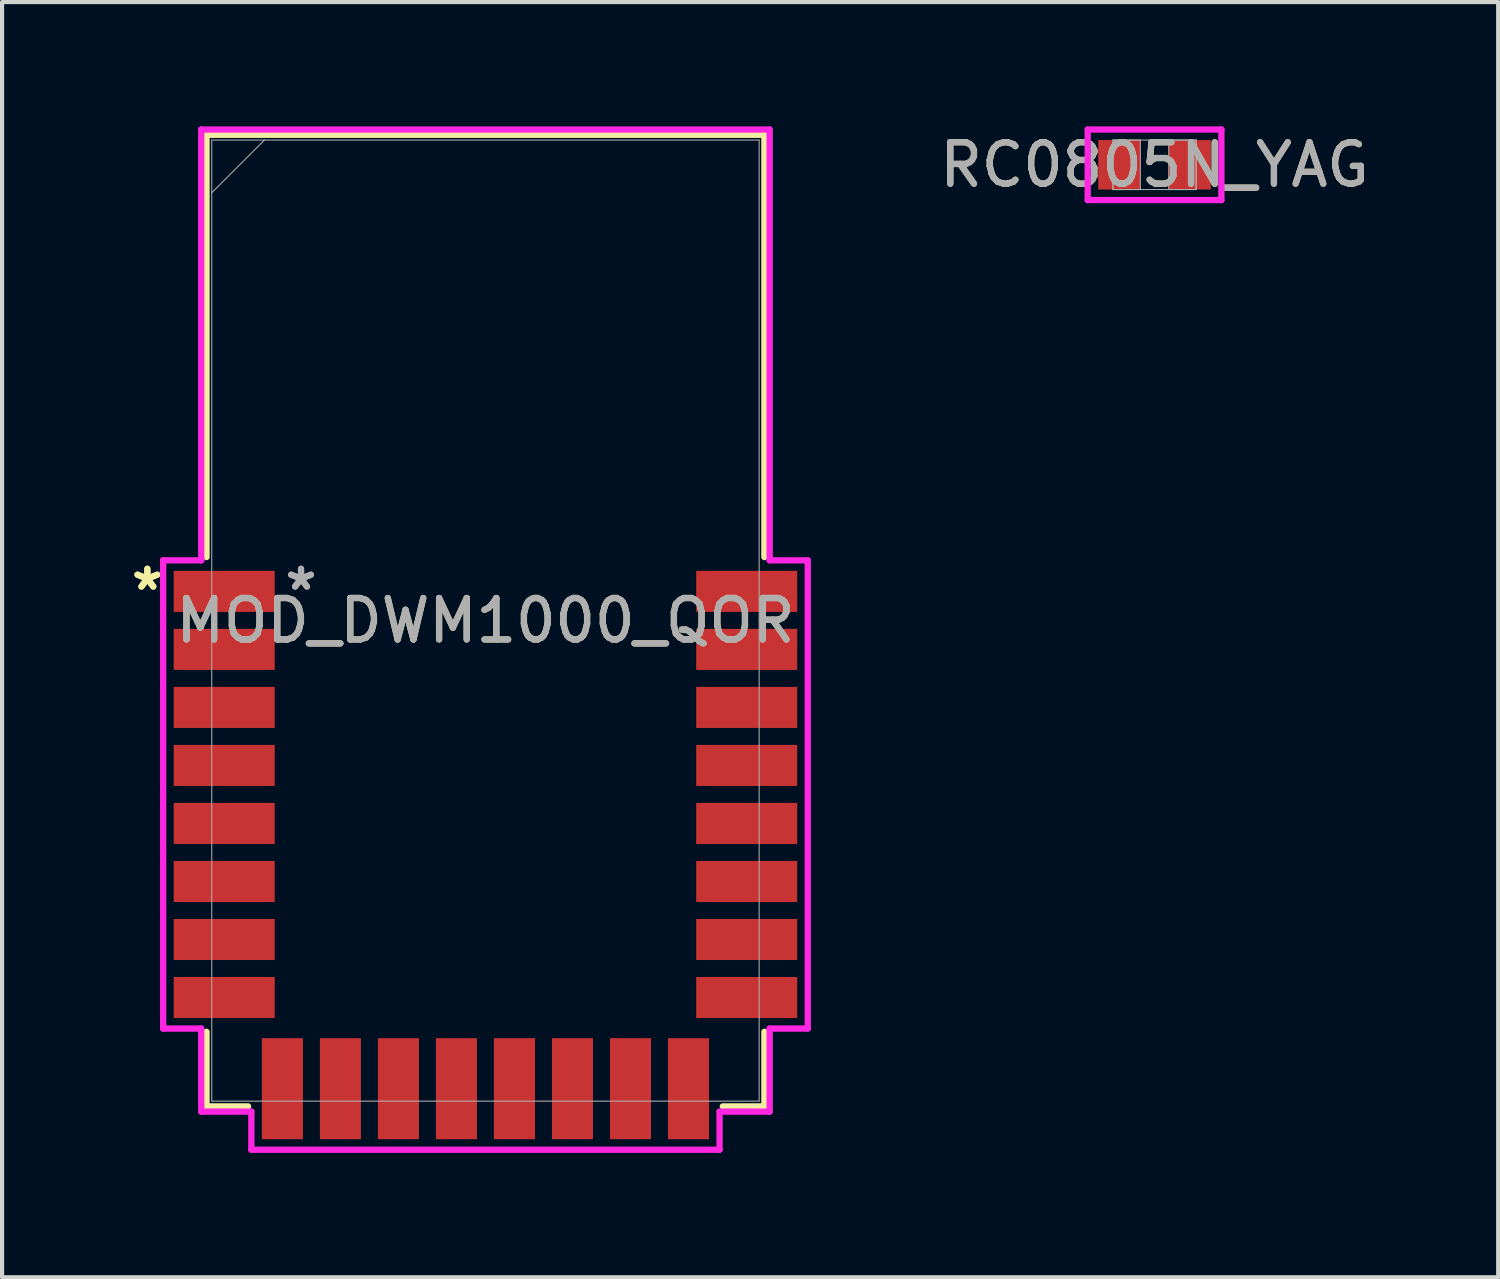
<source format=kicad_pcb>
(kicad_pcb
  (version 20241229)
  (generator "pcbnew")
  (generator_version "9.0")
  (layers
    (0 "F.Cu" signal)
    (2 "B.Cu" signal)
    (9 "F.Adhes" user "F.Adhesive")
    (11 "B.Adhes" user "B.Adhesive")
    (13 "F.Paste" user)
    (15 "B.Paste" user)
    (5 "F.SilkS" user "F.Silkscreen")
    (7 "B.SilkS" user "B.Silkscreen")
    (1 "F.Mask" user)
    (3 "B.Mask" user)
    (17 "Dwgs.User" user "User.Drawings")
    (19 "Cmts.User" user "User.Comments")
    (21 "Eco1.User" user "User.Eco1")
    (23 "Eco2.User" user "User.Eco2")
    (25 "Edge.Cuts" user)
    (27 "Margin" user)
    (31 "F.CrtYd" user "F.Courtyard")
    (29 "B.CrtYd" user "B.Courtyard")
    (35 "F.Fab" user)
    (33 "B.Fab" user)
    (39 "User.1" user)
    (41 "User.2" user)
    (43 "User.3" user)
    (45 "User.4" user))
  (footprint "MOD_DWM1000_QOR"
    (layer "F.Cu")
    (at 8.664 11.925)
    (property "Reference" "MOD_DWM1000_QOR" (at 0 0 0) (unlocked yes) (layer "F.SilkS") (effects (font (size 1 1) (thickness 0.15))))
    (attr smd)
    (fp_line (start -6.731 -11.722) (end 6.731 -11.722) (stroke (width 0.152) (type solid)) (layer "F.SilkS"))
    (fp_line (start -6.731 -1.533) (end -6.731 -11.722) (stroke (width 0.152) (type solid)) (layer "F.SilkS"))
    (fp_line (start -6.731 11.722) (end -6.731 9.923) (stroke (width 0.152) (type solid)) (layer "F.SilkS"))
    (fp_line (start -5.728 11.722) (end -6.731 11.722) (stroke (width 0.152) (type solid)) (layer "F.SilkS"))
    (fp_line (start 6.731 -11.722) (end 6.731 -1.533) (stroke (width 0.152) (type solid)) (layer "F.SilkS"))
    (fp_line (start 6.731 9.923) (end 6.731 11.722) (stroke (width 0.152) (type solid)) (layer "F.SilkS"))
    (fp_line (start 6.731 11.722) (end 5.728 11.722) (stroke (width 0.152) (type solid)) (layer "F.SilkS"))
    (fp_line (start -7.777 -1.454) (end -7.777 9.844) (stroke (width 0.152) (type solid)) (layer "F.CrtYd"))
    (fp_line (start -7.777 9.844) (end -6.858 9.844) (stroke (width 0.152) (type solid)) (layer "F.CrtYd"))
    (fp_line (start -6.858 -11.849) (end -6.858 -1.454) (stroke (width 0.152) (type solid)) (layer "F.CrtYd"))
    (fp_line (start -6.858 -1.454) (end -7.777 -1.454) (stroke (width 0.152) (type solid)) (layer "F.CrtYd"))
    (fp_line (start -6.858 9.844) (end -6.858 11.849) (stroke (width 0.152) (type solid)) (layer "F.CrtYd"))
    (fp_line (start -6.858 11.849) (end -5.649 11.849) (stroke (width 0.152) (type solid)) (layer "F.CrtYd"))
    (fp_line (start -5.649 11.849) (end -5.649 12.768) (stroke (width 0.152) (type solid)) (layer "F.CrtYd"))
    (fp_line (start -5.649 12.768) (end 5.649 12.768) (stroke (width 0.152) (type solid)) (layer "F.CrtYd"))
    (fp_line (start 5.649 11.849) (end 6.858 11.849) (stroke (width 0.152) (type solid)) (layer "F.CrtYd"))
    (fp_line (start 5.649 12.768) (end 5.649 11.849) (stroke (width 0.152) (type solid)) (layer "F.CrtYd"))
    (fp_line (start 6.858 -11.849) (end -6.858 -11.849) (stroke (width 0.152) (type solid)) (layer "F.CrtYd"))
    (fp_line (start 6.858 -1.454) (end 6.858 -11.849) (stroke (width 0.152) (type solid)) (layer "F.CrtYd"))
    (fp_line (start 6.858 9.844) (end 7.777 9.844) (stroke (width 0.152) (type solid)) (layer "F.CrtYd"))
    (fp_line (start 6.858 11.849) (end 6.858 9.844) (stroke (width 0.152) (type solid)) (layer "F.CrtYd"))
    (fp_line (start 7.777 -1.454) (end 6.858 -1.454) (stroke (width 0.152) (type solid)) (layer "F.CrtYd"))
    (fp_line (start 7.777 9.844) (end 7.777 -1.454) (stroke (width 0.152) (type solid)) (layer "F.CrtYd"))
    (fp_line (start -6.604 -11.595) (end -6.604 11.595) (stroke (width 0.025) (type solid)) (layer "F.Fab"))
    (fp_line (start -6.604 -10.325) (end -5.334 -11.595) (stroke (width 0.025) (type solid)) (layer "F.Fab"))
    (fp_line (start -6.604 11.595) (end 6.604 11.595) (stroke (width 0.025) (type solid)) (layer "F.Fab"))
    (fp_line (start 6.604 -11.595) (end -6.604 -11.595) (stroke (width 0.025) (type solid)) (layer "F.Fab"))
    (fp_line (start 6.604 11.595) (end 6.604 -11.595) (stroke (width 0.025) (type solid)) (layer "F.Fab"))
    (fp_text user "*" (at -8.158 -0.705 0) (unlocked yes) (layer "F.SilkS") (effects (font (size 1 1) (thickness 0.15))))
    (fp_text user "*" (at -8.158 -0.705 0) (layer "F.SilkS") (effects (font (size 1 1) (thickness 0.15))))
    (fp_text user "*" (at -4.45 -0.705 0) (unlocked yes) (layer "F.Fab") (effects (font (size 1 1) (thickness 0.15))))
    (fp_text user "*" (at -4.45 -0.705 0) (layer "F.Fab") (effects (font (size 1 1) (thickness 0.15))))
    (fp_text user "${REFERENCE}" (at 0 0 0) (unlocked yes) (layer "F.Fab") (effects (font (size 1 1) (thickness 0.15))))
    (pad "1" smd rect (at -6.304 -0.705) (size 2.438 0.991) (layers "F.Cu" "F.Mask" "F.Paste"))
    (pad "2" smd rect (at -6.304 0.695) (size 2.438 0.991) (layers "F.Cu" "F.Mask" "F.Paste"))
    (pad "3" smd rect (at -6.304 2.095) (size 2.438 0.991) (layers "F.Cu" "F.Mask" "F.Paste"))
    (pad "4" smd rect (at -6.304 3.495) (size 2.438 0.991) (layers "F.Cu" "F.Mask" "F.Paste"))
    (pad "5" smd rect (at -6.304 4.895) (size 2.438 0.991) (layers "F.Cu" "F.Mask" "F.Paste"))
    (pad "6" smd rect (at -6.304 6.295) (size 2.438 0.991) (layers "F.Cu" "F.Mask" "F.Paste"))
    (pad "7" smd rect (at -6.304 7.695) (size 2.438 0.991) (layers "F.Cu" "F.Mask" "F.Paste"))
    (pad "8" smd rect (at -6.304 9.095) (size 2.438 0.991) (layers "F.Cu" "F.Mask" "F.Paste"))
    (pad "9" smd rect (at -4.9 11.295 90) (size 2.438 0.991) (layers "F.Cu" "F.Mask" "F.Paste"))
    (pad "10" smd rect (at -3.5 11.295 90) (size 2.438 0.991) (layers "F.Cu" "F.Mask" "F.Paste"))
    (pad "11" smd rect (at -2.1 11.295 90) (size 2.438 0.991) (layers "F.Cu" "F.Mask" "F.Paste"))
    (pad "12" smd rect (at -0.7 11.295 90) (size 2.438 0.991) (layers "F.Cu" "F.Mask" "F.Paste"))
    (pad "13" smd rect (at 0.7 11.295 90) (size 2.438 0.991) (layers "F.Cu" "F.Mask" "F.Paste"))
    (pad "14" smd rect (at 2.1 11.295 90) (size 2.438 0.991) (layers "F.Cu" "F.Mask" "F.Paste"))
    (pad "15" smd rect (at 3.5 11.295 90) (size 2.438 0.991) (layers "F.Cu" "F.Mask" "F.Paste"))
    (pad "16" smd rect (at 4.9 11.295 90) (size 2.438 0.991) (layers "F.Cu" "F.Mask" "F.Paste"))
    (pad "17" smd rect (at 6.304 9.095) (size 2.438 0.991) (layers "F.Cu" "F.Mask" "F.Paste"))
    (pad "18" smd rect (at 6.304 7.695) (size 2.438 0.991) (layers "F.Cu" "F.Mask" "F.Paste"))
    (pad "19" smd rect (at 6.304 6.295) (size 2.438 0.991) (layers "F.Cu" "F.Mask" "F.Paste"))
    (pad "20" smd rect (at 6.304 4.895) (size 2.438 0.991) (layers "F.Cu" "F.Mask" "F.Paste"))
    (pad "21" smd rect (at 6.304 3.495) (size 2.438 0.991) (layers "F.Cu" "F.Mask" "F.Paste"))
    (pad "22" smd rect (at 6.304 2.095) (size 2.438 0.991) (layers "F.Cu" "F.Mask" "F.Paste"))
    (pad "23" smd rect (at 6.304 0.695) (size 2.438 0.991) (layers "F.Cu" "F.Mask" "F.Paste"))
    (pad "24" smd rect (at 6.304 -0.705) (size 2.438 0.991) (layers "F.Cu" "F.Mask" "F.Paste")))
  (footprint "RC0805N_YAG"
    (layer "F.Cu")
    (at 24.809 0.927)
    (property "Reference" "RC0805N_YAG" (at 0 0 0) (unlocked yes) (layer "F.SilkS") (effects (font (size 1 1) (thickness 0.15))))
    (attr smd)
    (fp_line (start -1.613 -0.851) (end 1.613 -0.851) (stroke (width 0.152) (type solid)) (layer "F.CrtYd"))
    (fp_line (start -1.613 0.851) (end -1.613 -0.851) (stroke (width 0.152) (type solid)) (layer "F.CrtYd"))
    (fp_line (start 1.613 -0.851) (end 1.613 0.851) (stroke (width 0.152) (type solid)) (layer "F.CrtYd"))
    (fp_line (start 1.613 0.851) (end -1.613 0.851) (stroke (width 0.152) (type solid)) (layer "F.CrtYd"))
    (fp_line (start -1.003 -0.597) (end -1.003 0.597) (stroke (width 0.025) (type solid)) (layer "F.Fab"))
    (fp_line (start -1.003 -0.597) (end -1.003 0.597) (stroke (width 0.025) (type solid)) (layer "F.Fab"))
    (fp_line (start -1.003 0.597) (end -0.343 0.597) (stroke (width 0.025) (type solid)) (layer "F.Fab"))
    (fp_line (start -1.003 0.597) (end 1.003 0.597) (stroke (width 0.025) (type solid)) (layer "F.Fab"))
    (fp_line (start -0.343 -0.597) (end -1.003 -0.597) (stroke (width 0.025) (type solid)) (layer "F.Fab"))
    (fp_line (start -0.343 0.597) (end -0.343 -0.597) (stroke (width 0.025) (type solid)) (layer "F.Fab"))
    (fp_line (start 0.343 -0.597) (end 0.343 0.597) (stroke (width 0.025) (type solid)) (layer "F.Fab"))
    (fp_line (start 0.343 0.597) (end 1.003 0.597) (stroke (width 0.025) (type solid)) (layer "F.Fab"))
    (fp_line (start 1.003 -0.597) (end -1.003 -0.597) (stroke (width 0.025) (type solid)) (layer "F.Fab"))
    (fp_line (start 1.003 -0.597) (end 0.343 -0.597) (stroke (width 0.025) (type solid)) (layer "F.Fab"))
    (fp_line (start 1.003 0.597) (end 1.003 -0.597) (stroke (width 0.025) (type solid)) (layer "F.Fab"))
    (fp_line (start 1.003 0.597) (end 1.003 -0.597) (stroke (width 0.025) (type solid)) (layer "F.Fab"))
    (fp_text user "${REFERENCE}" (at 0 0 0) (unlocked yes) (layer "F.Fab") (effects (font (size 1 1) (thickness 0.15))))
    (pad "1" smd rect (at -0.851 0) (size 1.016 1.194) (layers "F.Cu" "F.Mask" "F.Paste"))
    (pad "2" smd rect (at 0.851 0) (size 1.016 1.194) (layers "F.Cu" "F.Mask" "F.Paste"))
    (zone (net_name "") (layer "F.Cu") (hatch full 0.508) (connect_pads) (min_thickness 0.254) (filled_areas_thickness no) (keepout (tracks not_allowed) (vias not_allowed) (pads allowed) (copperpour not_allowed) (footprints allowed)) (placement (enabled no)) (fill) (polygon (pts (xy 24.517 0.381) (xy 25.101 0.381) (xy 25.101 1.473) (xy 24.517 1.473)))))
  (gr_rect
    (start -3 -3)
    (end 33.101 27.77)
    (stroke (width 0.1) (type default))
    (fill no)
    (layer "Edge.Cuts")))
</source>
